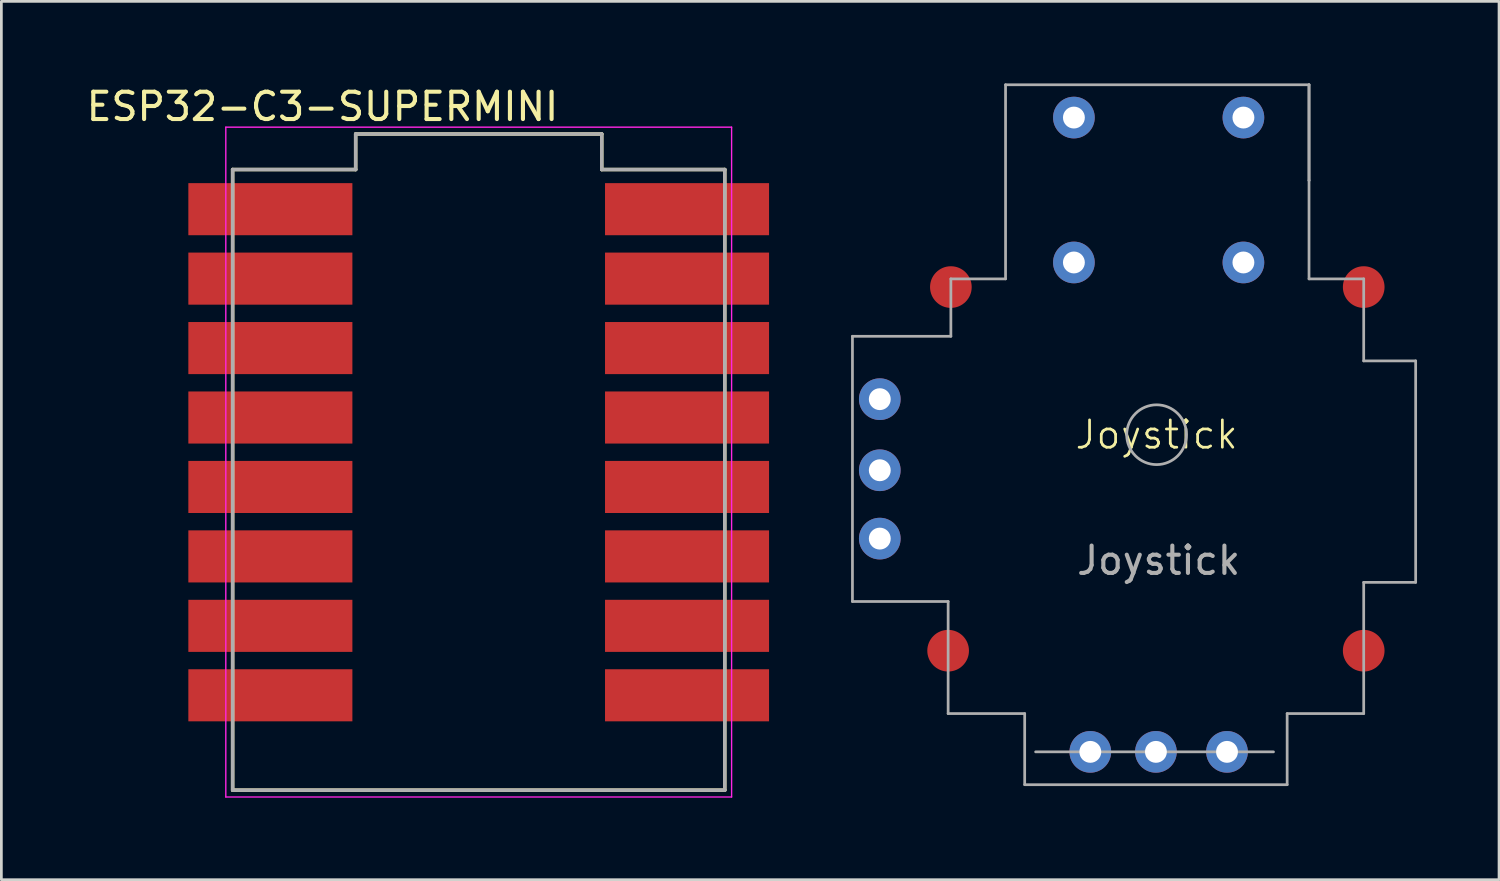
<source format=kicad_pcb>
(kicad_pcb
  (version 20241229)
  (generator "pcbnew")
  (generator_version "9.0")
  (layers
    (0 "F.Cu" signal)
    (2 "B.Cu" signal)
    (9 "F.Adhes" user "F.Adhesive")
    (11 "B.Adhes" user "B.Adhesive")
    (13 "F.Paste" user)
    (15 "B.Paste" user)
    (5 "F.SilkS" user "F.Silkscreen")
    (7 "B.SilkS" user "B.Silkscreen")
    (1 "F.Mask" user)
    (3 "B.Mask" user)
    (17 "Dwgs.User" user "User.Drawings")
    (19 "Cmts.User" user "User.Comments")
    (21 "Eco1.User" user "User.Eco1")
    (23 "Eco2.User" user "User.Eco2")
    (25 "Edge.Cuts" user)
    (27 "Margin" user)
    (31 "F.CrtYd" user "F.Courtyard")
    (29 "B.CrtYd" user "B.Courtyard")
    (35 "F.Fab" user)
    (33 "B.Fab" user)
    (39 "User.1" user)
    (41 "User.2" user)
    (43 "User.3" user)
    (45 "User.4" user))
  (footprint "ESP32-C3-SUPERMINI"
    (layer "F.Cu")
    (at 14.459 14.501)
    (property "Reference" "ESP32-C3-SUPERMINI" (at -5.715 -13.652 0) (layer "F.SilkS") (effects (font (size 1 1) (thickness 0.15))))
    (attr through_hole)
    (fp_line (start -9 11.35) (end -9 -11.35) (stroke (width 0.127) (type solid)) (layer "F.SilkS"))
    (fp_line (start -4.5 -12.65) (end -4.5 -11.35) (stroke (width 0.127) (type solid)) (layer "F.SilkS"))
    (fp_line (start -4.5 -11.35) (end -9 -11.35) (stroke (width 0.127) (type solid)) (layer "F.SilkS"))
    (fp_line (start 4.5 -12.65) (end -4.5 -12.65) (stroke (width 0.127) (type solid)) (layer "F.SilkS"))
    (fp_line (start 4.5 -12.65) (end 4.5 -11.35) (stroke (width 0.127) (type solid)) (layer "F.SilkS"))
    (fp_line (start 9 -11.35) (end 4.5 -11.35) (stroke (width 0.127) (type solid)) (layer "F.SilkS"))
    (fp_line (start 9 11.35) (end -9 11.35) (stroke (width 0.127) (type solid)) (layer "F.SilkS"))
    (fp_line (start 9 11.35) (end 9 -11.35) (stroke (width 0.127) (type solid)) (layer "F.SilkS"))
    (fp_line (start -9.25 -12.9) (end 9.25 -12.9) (stroke (width 0.05) (type solid)) (layer "F.CrtYd"))
    (fp_line (start -9.25 11.6) (end -9.25 -12.9) (stroke (width 0.05) (type solid)) (layer "F.CrtYd"))
    (fp_line (start 9.25 -12.9) (end 9.25 11.6) (stroke (width 0.05) (type solid)) (layer "F.CrtYd"))
    (fp_line (start 9.25 11.6) (end -9.25 11.6) (stroke (width 0.05) (type solid)) (layer "F.CrtYd"))
    (fp_line (start -9 11.35) (end -9 -11.35) (stroke (width 0.127) (type solid)) (layer "F.Fab"))
    (fp_line (start -4.5 -12.65) (end -4.5 -11.35) (stroke (width 0.127) (type solid)) (layer "F.Fab"))
    (fp_line (start -4.5 -11.35) (end -9 -11.35) (stroke (width 0.127) (type solid)) (layer "F.Fab"))
    (fp_line (start 4.5 -12.65) (end -4.5 -12.65) (stroke (width 0.127) (type solid)) (layer "F.Fab"))
    (fp_line (start 4.5 -12.65) (end 4.5 -11.35) (stroke (width 0.127) (type solid)) (layer "F.Fab"))
    (fp_line (start 9 -11.35) (end 4.5 -11.35) (stroke (width 0.127) (type solid)) (layer "F.Fab"))
    (fp_line (start 9 11.35) (end -9 11.35) (stroke (width 0.127) (type solid)) (layer "F.Fab"))
    (fp_line (start 9 11.35) (end 9 -11.35) (stroke (width 0.127) (type solid)) (layer "F.Fab"))
    (pad "0" smd rect (at 7.62 7.88) (size 6 1.905) (layers "F.Cu" "F.Mask" "F.Paste"))
    (pad "1" smd rect (at 7.62 5.34) (size 6 1.905) (layers "F.Cu" "F.Mask" "F.Paste"))
    (pad "2" smd rect (at 7.62 2.8) (size 6 1.905) (layers "F.Cu" "F.Mask" "F.Paste"))
    (pad "3" smd rect (at 7.62 0.26) (size 6 1.905) (layers "F.Cu" "F.Mask" "F.Paste"))
    (pad "3.3" smd rect (at 7.62 -4.82) (size 6 1.905) (layers "F.Cu" "F.Mask" "F.Paste"))
    (pad "4" smd rect (at 7.62 -2.28) (size 6 1.905) (layers "F.Cu" "F.Mask" "F.Paste"))
    (pad "5" smd rect (at -7.62 -9.9) (size 6 1.905) (layers "F.Cu" "F.Mask" "F.Paste"))
    (pad "5V" smd rect (at 7.62 -9.9) (size 6 1.905) (layers "F.Cu" "F.Mask" "F.Paste"))
    (pad "6" smd rect (at -7.62 -7.36) (size 6 1.905) (layers "F.Cu" "F.Mask" "F.Paste"))
    (pad "7" smd rect (at -7.62 -4.82) (size 6 1.905) (layers "F.Cu" "F.Mask" "F.Paste"))
    (pad "8" smd rect (at -7.62 -2.28) (size 6 1.905) (layers "F.Cu" "F.Mask" "F.Paste"))
    (pad "9" smd rect (at -7.62 0.26) (size 6 1.905) (layers "F.Cu" "F.Mask" "F.Paste"))
    (pad "10" smd rect (at -7.62 2.8) (size 6 1.905) (layers "F.Cu" "F.Mask" "F.Paste"))
    (pad "20" smd rect (at -7.62 5.34) (size 6 1.905) (layers "F.Cu" "F.Mask" "F.Paste"))
    (pad "21" smd rect (at -7.62 7.88) (size 6 1.905) (layers "F.Cu" "F.Mask" "F.Paste"))
    (pad "G" smd rect (at 7.62 -7.36) (size 6 1.905) (layers "F.Cu" "F.Mask" "F.Paste")))
  (footprint "Joystick"
    (layer "F.Cu")
    (at 39.254 12.85)
    (property "Reference" "Joystick" (at 0 0 0) (unlocked yes) (layer "F.SilkS") (effects (font (size 1 1) (thickness 0.1))))
    (attr through_hole)
    (fp_line (start -11.125 -3.6) (end -11.125 6.1) (stroke (width 0.1) (type default)) (layer "F.Fab"))
    (fp_line (start -11.125 6.1) (end -7.625 6.1) (stroke (width 0.1) (type default)) (layer "F.Fab"))
    (fp_line (start -7.625 6.1) (end -7.625 10.2) (stroke (width 0.1) (type default)) (layer "F.Fab"))
    (fp_line (start -7.625 10.2) (end -4.825 10.2) (stroke (width 0.1) (type default)) (layer "F.Fab"))
    (fp_line (start -7.525 -5.7) (end -7.525 -3.6) (stroke (width 0.1) (type default)) (layer "F.Fab"))
    (fp_line (start -7.525 -3.6) (end -11.125 -3.6) (stroke (width 0.1) (type default)) (layer "F.Fab"))
    (fp_line (start -5.525 -12.8) (end 5.575 -12.8) (stroke (width 0.1) (type default)) (layer "F.Fab"))
    (fp_line (start -5.525 -5.7) (end -7.525 -5.7) (stroke (width 0.1) (type default)) (layer "F.Fab"))
    (fp_line (start -5.525 -5.7) (end -5.525 -12.8) (stroke (width 0.1) (type default)) (layer "F.Fab"))
    (fp_line (start -4.825 10.2) (end -4.825 12.8) (stroke (width 0.1) (type default)) (layer "F.Fab"))
    (fp_line (start -4.825 12.8) (end 4.775 12.8) (stroke (width 0.1) (type default)) (layer "F.Fab"))
    (fp_line (start -0.425 11.6) (end -4.425 11.6) (stroke (width 0.1) (type default)) (layer "F.Fab"))
    (fp_line (start -0.425 11.6) (end 4.275 11.6) (stroke (width 0.1) (type default)) (layer "F.Fab"))
    (fp_line (start 4.775 10.2) (end 7.575 10.2) (stroke (width 0.1) (type default)) (layer "F.Fab"))
    (fp_line (start 4.775 12.8) (end 4.775 10.2) (stroke (width 0.1) (type default)) (layer "F.Fab"))
    (fp_line (start 5.575 -12.8) (end 5.575 -9.3) (stroke (width 0.1) (type default)) (layer "F.Fab"))
    (fp_line (start 5.575 -9.3) (end 5.575 -12.8) (stroke (width 0.1) (type default)) (layer "F.Fab"))
    (fp_line (start 5.575 -9.3) (end 5.575 -5.7) (stroke (width 0.1) (type default)) (layer "F.Fab"))
    (fp_line (start 5.575 -5.7) (end 7.575 -5.7) (stroke (width 0.1) (type default)) (layer "F.Fab"))
    (fp_line (start 7.575 -2.7) (end 7.575 -5.7) (stroke (width 0.1) (type default)) (layer "F.Fab"))
    (fp_line (start 7.575 5.4) (end 9.475 5.4) (stroke (width 0.1) (type default)) (layer "F.Fab"))
    (fp_line (start 7.575 10.2) (end 7.575 5.4) (stroke (width 0.1) (type default)) (layer "F.Fab"))
    (fp_line (start 9.475 -2.7) (end 7.575 -2.7) (stroke (width 0.1) (type default)) (layer "F.Fab"))
    (fp_line (start 9.475 5.4) (end 9.475 -2.7) (stroke (width 0.1) (type default)) (layer "F.Fab"))
    (fp_circle (center 0 0) (end 1.075 -0.2) (stroke (width 0.1) (type default)) (fill no) (layer "F.Fab"))
    (fp_text user "${REFERENCE}" (at 0.075 4.6 0) (unlocked yes) (layer "F.Fab") (effects (font (size 1 1) (thickness 0.15))))
    (pad "1" connect circle (at -7.625 7.9) (size 1.524 1.524) (layers "F.Cu" "F.Mask"))
    (pad "1" connect circle (at -7.525 -5.4) (size 1.524 1.524) (layers "F.Cu" "F.Mask"))
    (pad "1" thru_hole circle (at -3.025 -11.6) (size 1.524 1.524) (drill 0.8) (layers "*.Cu" "*.Mask"))
    (pad "1" connect circle (at 7.575 -5.4) (size 1.524 1.524) (layers "F.Cu" "F.Mask"))
    (pad "1" connect circle (at 7.575 7.9) (size 1.524 1.524) (layers "F.Cu" "F.Mask"))
    (pad "2" thru_hole circle (at 3.175 -11.6) (size 1.524 1.524) (drill 0.8) (layers "*.Cu" "*.Mask"))
    (pad "3" thru_hole circle (at -3.025 -6.3) (size 1.524 1.524) (drill 0.8) (layers "*.Cu" "*.Mask"))
    (pad "4" thru_hole circle (at 3.175 -6.3) (size 1.524 1.524) (drill 0.8) (layers "*.Cu" "*.Mask"))
    (pad "5" thru_hole circle (at -10.125 -1.3) (size 1.524 1.524) (drill 0.8) (layers "*.Cu" "*.Mask"))
    (pad "6" thru_hole circle (at -10.125 1.3) (size 1.524 1.524) (drill 0.8) (layers "*.Cu" "*.Mask"))
    (pad "7" thru_hole circle (at -10.125 3.8) (size 1.524 1.524) (drill 0.8) (layers "*.Cu" "*.Mask"))
    (pad "8" thru_hole circle (at -2.425 11.6) (size 1.524 1.524) (drill 0.8) (layers "*.Cu" "*.Mask"))
    (pad "9" thru_hole circle (at -0.025 11.6) (size 1.524 1.524) (drill 0.8) (layers "*.Cu" "*.Mask"))
    (pad "10" thru_hole circle (at 2.575 11.6) (size 1.524 1.524) (drill 0.8) (layers "*.Cu" "*.Mask")))
  (gr_rect
    (start -3 -3)
    (end 51.779 29.126)
    (stroke (width 0.1) (type default))
    (fill no)
    (layer "Edge.Cuts")))
</source>
